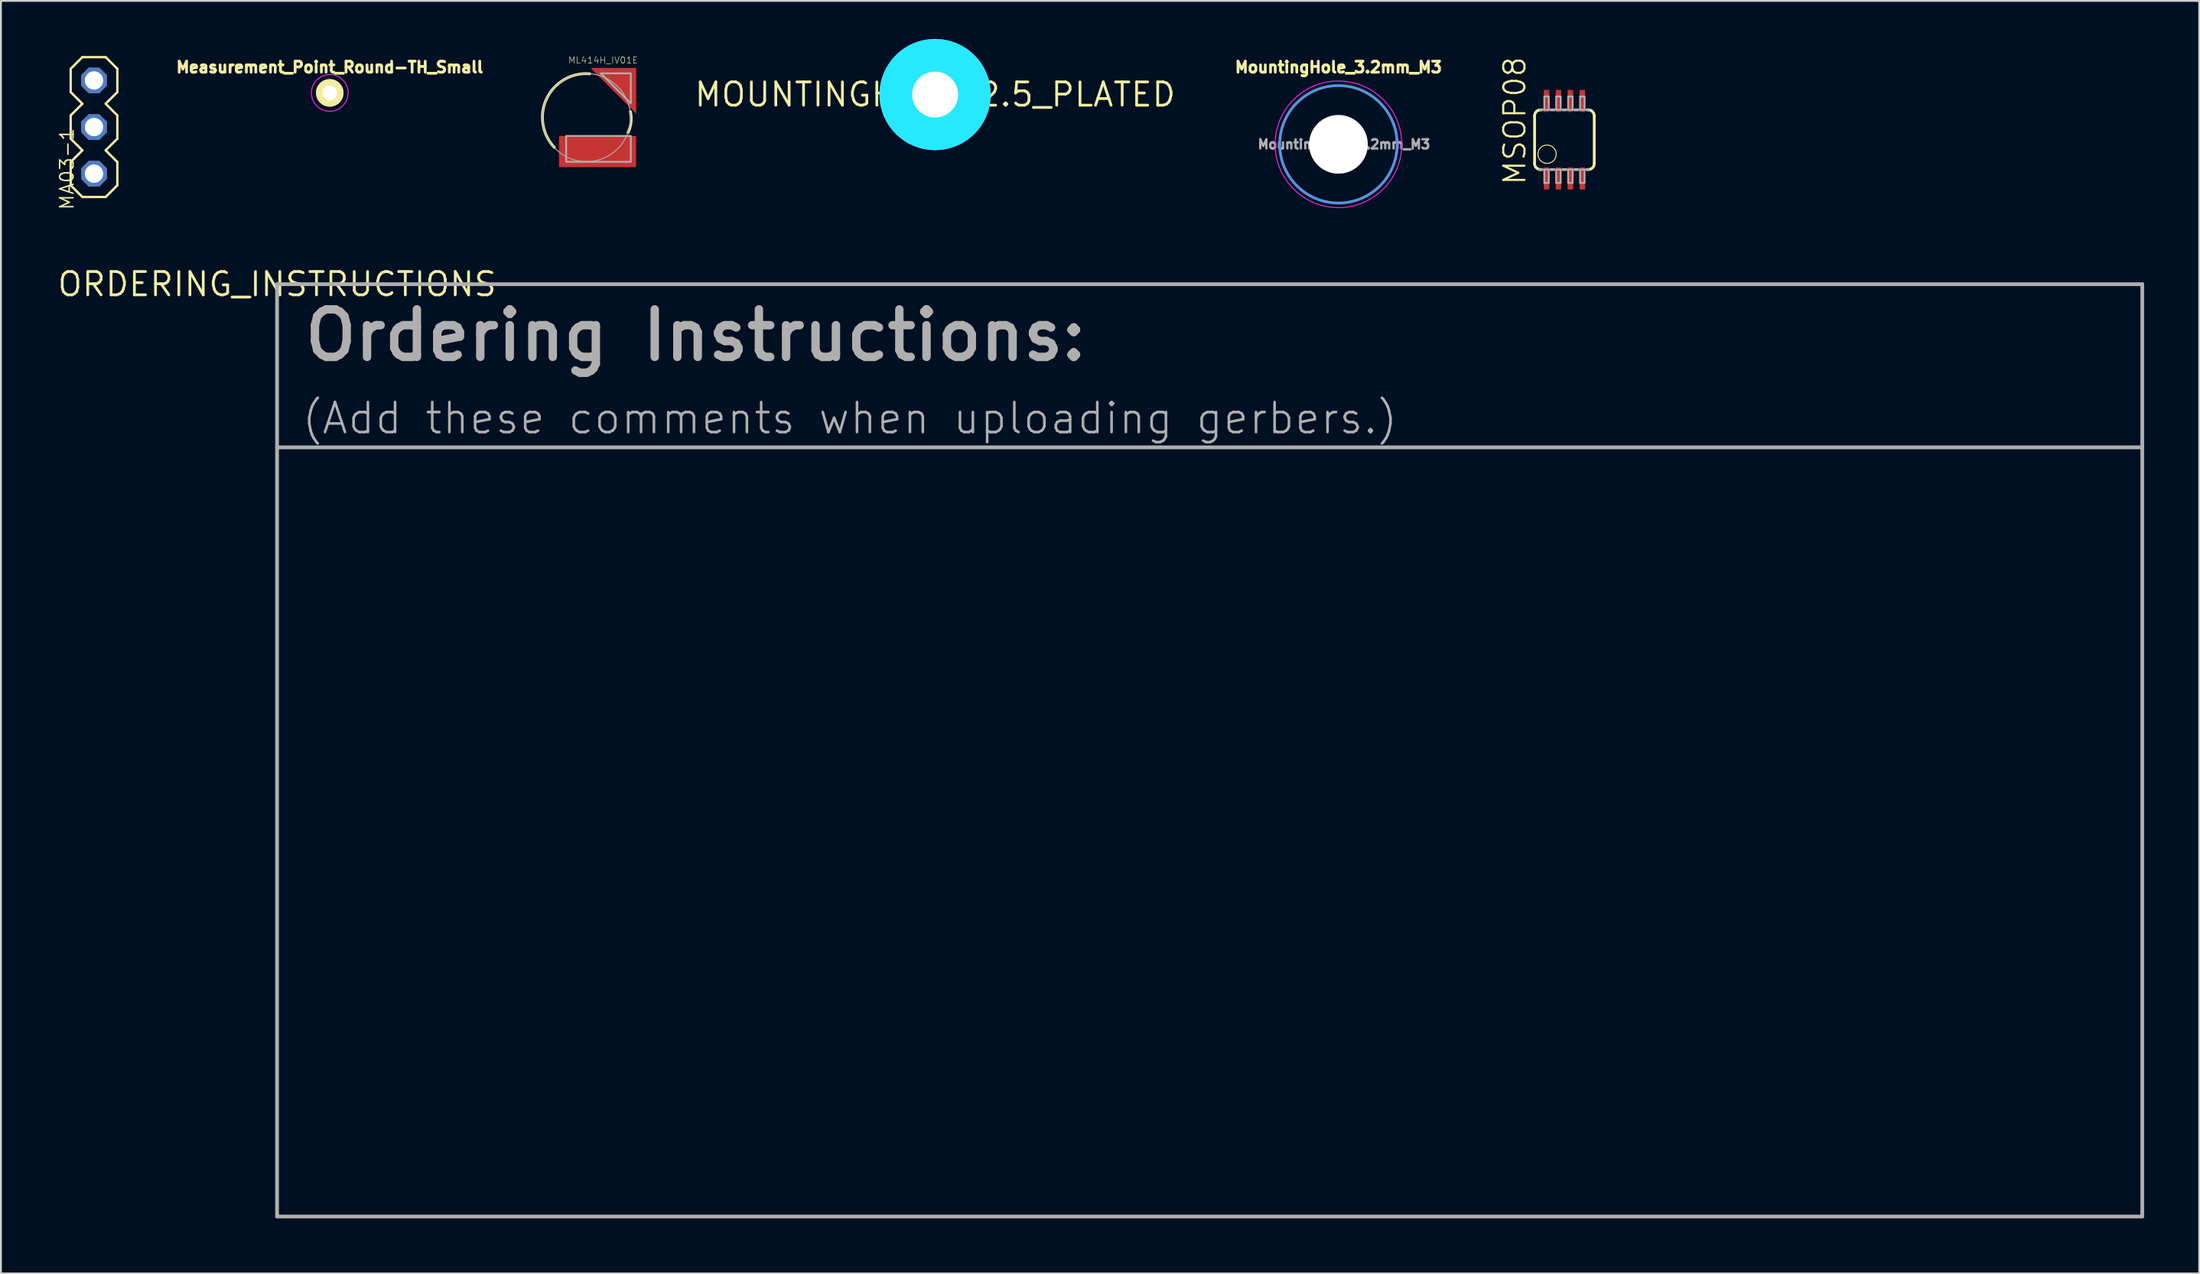
<source format=kicad_pcb>
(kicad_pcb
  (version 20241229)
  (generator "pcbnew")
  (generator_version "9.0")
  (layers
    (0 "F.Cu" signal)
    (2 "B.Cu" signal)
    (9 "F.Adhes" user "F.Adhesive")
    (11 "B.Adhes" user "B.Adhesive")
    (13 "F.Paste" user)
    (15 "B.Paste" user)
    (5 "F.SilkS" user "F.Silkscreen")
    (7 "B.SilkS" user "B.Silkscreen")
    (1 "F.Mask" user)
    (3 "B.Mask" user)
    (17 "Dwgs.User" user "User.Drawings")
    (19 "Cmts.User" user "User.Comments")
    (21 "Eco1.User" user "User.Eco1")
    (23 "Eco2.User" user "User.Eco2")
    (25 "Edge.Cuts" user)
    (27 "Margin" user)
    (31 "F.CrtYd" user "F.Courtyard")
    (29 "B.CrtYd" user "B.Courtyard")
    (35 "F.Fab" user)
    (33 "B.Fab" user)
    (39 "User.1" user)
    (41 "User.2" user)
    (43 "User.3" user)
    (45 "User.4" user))
  (footprint "MSOP08"
    (layer "F.Cu")
    (at 82.167 4.561)
    (property "Reference" "MSOP08" (at -2.032 2.54 90) (layer "F.SilkS") (effects (font (size 1.156 1.156) (thickness 0.114)) (justify left bottom)))
    (fp_line (start -1.626 1.301) (end -1.626 -1.299) (stroke (width 0.152) (type solid)) (layer "F.SilkS"))
    (fp_line (start 1.624 -1.299) (end 1.624 1.301) (stroke (width 0.152) (type solid)) (layer "F.SilkS"))
    (fp_arc (start -1.626 -1.299) (mid -1.53081 -1.52881) (end -1.301 -1.624) (stroke (width 0.1524) (type solid)) (layer "F.SilkS"))
    (fp_arc (start -1.301 1.626) (mid -1.53081 1.53081) (end -1.626 1.301) (stroke (width 0.1524) (type solid)) (layer "F.SilkS"))
    (fp_arc (start 1.299 -1.624) (mid 1.52881 -1.52881) (end 1.624 -1.299) (stroke (width 0.1524) (type solid)) (layer "F.SilkS"))
    (fp_arc (start 1.624 1.301) (mid 1.52881 1.53081) (end 1.299 1.626) (stroke (width 0.1524) (type solid)) (layer "F.SilkS"))
    (fp_circle (center -0.946 0.791) (end -0.446 0.791) (stroke (width 0.051) (type solid)) (fill no) (layer "F.SilkS"))
    (fp_line (start -1.341 1.626) (end -1.204 1.626) (stroke (width 0.152) (type solid)) (layer "F.Fab"))
    (fp_line (start -1.301 -1.624) (end -1.204 -1.624) (stroke (width 0.152) (type solid)) (layer "F.Fab"))
    (fp_line (start -0.747 -1.624) (end -0.554 -1.624) (stroke (width 0.152) (type solid)) (layer "F.Fab"))
    (fp_line (start -0.747 1.626) (end -0.554 1.626) (stroke (width 0.152) (type solid)) (layer "F.Fab"))
    (fp_line (start -0.097 -1.624) (end 0.096 -1.624) (stroke (width 0.152) (type solid)) (layer "F.Fab"))
    (fp_line (start -0.097 1.626) (end 0.096 1.626) (stroke (width 0.152) (type solid)) (layer "F.Fab"))
    (fp_line (start 0.553 -1.624) (end 0.746 -1.624) (stroke (width 0.152) (type solid)) (layer "F.Fab"))
    (fp_line (start 0.553 1.626) (end 0.746 1.626) (stroke (width 0.152) (type solid)) (layer "F.Fab"))
    (fp_line (start 1.203 -1.624) (end 1.299 -1.624) (stroke (width 0.152) (type solid)) (layer "F.Fab"))
    (fp_line (start 1.203 1.626) (end 1.299 1.626) (stroke (width 0.152) (type solid)) (layer "F.Fab"))
    (fp_poly (pts (xy -1.097 -1.624) (xy -0.854 -1.624) (xy -0.854 -2.356) (xy -1.097 -2.356)) (stroke (width 0.1) (type default)) (fill no) (layer "F.Fab"))
    (fp_poly (pts (xy -1.097 2.357) (xy -0.854 2.357) (xy -0.854 1.626) (xy -1.097 1.626)) (stroke (width 0.1) (type default)) (fill no) (layer "F.Fab"))
    (fp_poly (pts (xy -0.448 -1.624) (xy -0.204 -1.624) (xy -0.204 -2.356) (xy -0.448 -2.356)) (stroke (width 0.1) (type default)) (fill no) (layer "F.Fab"))
    (fp_poly (pts (xy -0.448 2.357) (xy -0.204 2.357) (xy -0.204 1.626) (xy -0.448 1.626)) (stroke (width 0.1) (type default)) (fill no) (layer "F.Fab"))
    (fp_poly (pts (xy 0.203 -1.624) (xy 0.446 -1.624) (xy 0.446 -2.356) (xy 0.203 -2.356)) (stroke (width 0.1) (type default)) (fill no) (layer "F.Fab"))
    (fp_poly (pts (xy 0.203 2.357) (xy 0.446 2.357) (xy 0.446 1.626) (xy 0.203 1.626)) (stroke (width 0.1) (type default)) (fill no) (layer "F.Fab"))
    (fp_poly (pts (xy 0.853 -1.624) (xy 1.096 -1.624) (xy 1.096 -2.356) (xy 0.853 -2.356)) (stroke (width 0.1) (type default)) (fill no) (layer "F.Fab"))
    (fp_poly (pts (xy 0.853 2.357) (xy 1.096 2.357) (xy 1.096 1.626) (xy 0.853 1.626)) (stroke (width 0.1) (type default)) (fill no) (layer "F.Fab"))
    (pad "1" smd rect (at -0.976 2.113) (size 0.3 1.2) (layers "F.Cu" "F.Mask" "F.Paste"))
    (pad "2" smd rect (at -0.326 2.113) (size 0.3 1.2) (layers "F.Cu" "F.Mask" "F.Paste"))
    (pad "3" smd rect (at 0.324 2.113) (size 0.3 1.2) (layers "F.Cu" "F.Mask" "F.Paste"))
    (pad "4" smd rect (at 0.974 2.113) (size 0.3 1.2) (layers "F.Cu" "F.Mask" "F.Paste"))
    (pad "5" smd rect (at 0.974 -2.112) (size 0.3 1.2) (layers "F.Cu" "F.Mask" "F.Paste"))
    (pad "6" smd rect (at 0.324 -2.112) (size 0.3 1.2) (layers "F.Cu" "F.Mask" "F.Paste"))
    (pad "7" smd rect (at -0.326 -2.112) (size 0.3 1.2) (layers "F.Cu" "F.Mask" "F.Paste"))
    (pad "8" smd rect (at -0.976 -2.112) (size 0.3 1.2) (layers "F.Cu" "F.Mask" "F.Paste")))
  (footprint "ML414H_IV01E"
    (layer "F.Cu")
    (at 28.9 3.358)
    (property "Reference" "ML414H_IV01E" (at -1.016 -2.921 0) (layer "F.SilkS") (effects (font (size 0.353 0.353) (thickness 0.028)) (justify left bottom)))
    (fp_poly (pts (xy 2.705 -0.22) (xy 0.22 -2.705) (xy 2.705 -2.705)) (stroke (width 0) (type default)) (fill yes) (layer "F.Cu"))
    (fp_poly (pts (xy 2.705 -0.22) (xy 0.22 -2.705) (xy 2.705 -2.705)) (stroke (width 0) (type default)) (fill yes) (layer "F.Mask"))
    (fp_poly (pts (xy -1.5 2.7) (xy 2.7 2.7) (xy 2.7 1) (xy -1.5 1)) (stroke (width 0) (type default)) (fill yes) (layer "F.Mask"))
    (fp_arc (start -1.752599 1.625602) (mid -2.167967 -1.045069) (end 0.1778 -2.3876) (stroke (width 0.1524) (type solid)) (layer "F.SilkS"))
    (fp_arc (start 2.3876 -0.3302) (mid 2.42159 0.252132) (end 2.260599 0.8128) (stroke (width 0.1524) (type solid)) (layer "F.SilkS"))
    (fp_poly (pts (xy 2.705 -0.22) (xy 0.22 -2.705) (xy 2.705 -2.705)) (stroke (width 0) (type default)) (fill yes) (layer "F.Paste"))
    (fp_poly (pts (xy -1.5 2.7) (xy 2.7 2.7) (xy 2.7 1) (xy -1.5 1)) (stroke (width 0) (type default)) (fill yes) (layer "F.Paste"))
    (fp_circle (center 0 0) (end 2.4 0) (stroke (width 0.051) (type solid)) (fill no) (layer "F.Fab"))
    (fp_poly (pts (xy 2.41 -0.776) (xy 0.776 -2.41) (xy 2.41 -2.41)) (stroke (width 0.1) (type default)) (fill no) (layer "F.Fab"))
    (fp_poly (pts (xy 2.41 2.41) (xy -1.11 2.41) (xy -1.11 1) (xy 2.41 1)) (stroke (width 0.1) (type default)) (fill no) (layer "F.Fab"))
    (pad "+" smd roundrect (at 2.022 -2.032) (size 1 1) (layers "F.Cu") (roundrect_rratio 0.051))
    (pad "-" smd roundrect (at 0.6 1.85) (size 4.2 1.7) (layers "F.Cu") (roundrect_rratio 0.03)))
  (footprint "MountingHole_3.2mm_M3"
    (layer "F.Cu")
    (at 69.857 4.814)
    (property "Reference" "MountingHole_3.2mm_M3" (at 0 -4.2 0) (layer "F.SilkS") (effects (font (size 0.6 0.6) (thickness 0.15))))
    (attr exclude_from_pos_files exclude_from_bom)
    (fp_circle (center 0 0) (end 3.2 0) (stroke (width 0.15) (type solid)) (fill no) (layer "Cmts.User"))
    (fp_circle (center 0 0) (end 3.45 0) (stroke (width 0.05) (type solid)) (fill no) (layer "F.CrtYd"))
    (fp_text user "${REFERENCE}" (at 0.3 0 0) (layer "F.Fab") (effects (font (size 0.5 0.5) (thickness 0.125))))
    (pad "" np_thru_hole circle (at 0 0) (size 3.2 3.2) (drill 3.2) (layers "*.Cu" "*.Mask")))
  (footprint "MA03-1"
    (layer "F.Cu")
    (at 2.071 3.873)
    (property "Reference" "MA03-1" (at -1.905 0 90) (layer "F.SilkS") (effects (font (size 0.732 0.732) (thickness 0.081)) (justify right top)))
    (fp_line (start -1.27 -1.905) (end -1.27 -3.175) (stroke (width 0.127) (type solid)) (layer "F.SilkS"))
    (fp_line (start -1.27 -0.635) (end -0.635 -1.27) (stroke (width 0.127) (type solid)) (layer "F.SilkS"))
    (fp_line (start -1.27 0.635) (end -1.27 -0.635) (stroke (width 0.127) (type solid)) (layer "F.SilkS"))
    (fp_line (start -1.27 1.905) (end -0.635 1.27) (stroke (width 0.127) (type solid)) (layer "F.SilkS"))
    (fp_line (start -1.27 3.175) (end -1.27 1.905) (stroke (width 0.127) (type solid)) (layer "F.SilkS"))
    (fp_line (start -0.635 -3.81) (end -1.27 -3.175) (stroke (width 0.127) (type solid)) (layer "F.SilkS"))
    (fp_line (start -0.635 -1.27) (end -1.27 -1.905) (stroke (width 0.127) (type solid)) (layer "F.SilkS"))
    (fp_line (start -0.635 1.27) (end -1.27 0.635) (stroke (width 0.127) (type solid)) (layer "F.SilkS"))
    (fp_line (start -0.635 3.81) (end -1.27 3.175) (stroke (width 0.127) (type solid)) (layer "F.SilkS"))
    (fp_line (start 0.635 -3.81) (end -0.635 -3.81) (stroke (width 0.127) (type solid)) (layer "F.SilkS"))
    (fp_line (start 0.635 -1.27) (end 1.27 -0.635) (stroke (width 0.127) (type solid)) (layer "F.SilkS"))
    (fp_line (start 0.635 1.27) (end 1.27 1.905) (stroke (width 0.127) (type solid)) (layer "F.SilkS"))
    (fp_line (start 0.635 3.81) (end -0.635 3.81) (stroke (width 0.127) (type solid)) (layer "F.SilkS"))
    (fp_line (start 1.27 -3.175) (end 0.635 -3.81) (stroke (width 0.127) (type solid)) (layer "F.SilkS"))
    (fp_line (start 1.27 -3.175) (end 1.27 -1.905) (stroke (width 0.127) (type solid)) (layer "F.SilkS"))
    (fp_line (start 1.27 -1.905) (end 0.635 -1.27) (stroke (width 0.127) (type solid)) (layer "F.SilkS"))
    (fp_line (start 1.27 -0.635) (end 1.27 0.635) (stroke (width 0.127) (type solid)) (layer "F.SilkS"))
    (fp_line (start 1.27 0.635) (end 0.635 1.27) (stroke (width 0.127) (type solid)) (layer "F.SilkS"))
    (fp_line (start 1.27 1.905) (end 1.27 3.175) (stroke (width 0.127) (type solid)) (layer "F.SilkS"))
    (fp_line (start 1.27 3.175) (end 0.635 3.81) (stroke (width 0.127) (type solid)) (layer "F.SilkS"))
    (pad "1" thru_hole roundrect (at 0 -2.54) (size 1.4 1.4) (drill 1) (layers "*.Cu" "*.Mask") (roundrect_rratio 0.25) (chamfer_ratio 0.293) (chamfer top_left top_right bottom_left bottom_right))
    (pad "2" thru_hole roundrect (at 0 0) (size 1.4 1.4) (drill 1) (layers "*.Cu" "*.Mask") (roundrect_rratio 0.25) (chamfer_ratio 0.293) (chamfer top_left top_right bottom_left bottom_right))
    (pad "3" thru_hole roundrect (at 0 2.54) (size 1.4 1.4) (drill 1) (layers "*.Cu" "*.Mask") (roundrect_rratio 0.25) (chamfer_ratio 0.293) (chamfer top_left top_right bottom_left bottom_right)))
  (footprint "Measurement_Point_Round-TH_Small"
    (layer "F.Cu")
    (at 14.912 2.011)
    (property "Reference" "Measurement_Point_Round-TH_Small" (at 0 -1.397 0) (layer "F.SilkS") (effects (font (size 0.6 0.6) (thickness 0.15))))
    (attr exclude_from_pos_files exclude_from_bom)
    (fp_circle (center 0 0) (end 1 0) (stroke (width 0.05) (type solid)) (fill no) (layer "F.CrtYd"))
    (pad "1" thru_hole circle (at 0 0) (size 1.5 1.5) (drill 0.8) (layers "*.Cu" "*.Mask" "F.SilkS")))
  (footprint "ORDERING_INSTRUCTIONS"
    (layer "F.Cu")
    (at 12.042 12.436)
    (property "Reference" "ORDERING_INSTRUCTIONS" (at 0 0 0) (layer "F.SilkS") (effects (font (size 1.27 1.27) (thickness 0.15))))
    (fp_line (start 0 0) (end 101.6 0) (stroke (width 0.203) (type solid)) (layer "F.Fab"))
    (fp_line (start 0 8.89) (end 0 0) (stroke (width 0.203) (type solid)) (layer "F.Fab"))
    (fp_line (start 0 8.89) (end 101.6 8.89) (stroke (width 0.203) (type solid)) (layer "F.Fab"))
    (fp_line (start 0 50.8) (end 0 8.89) (stroke (width 0.203) (type solid)) (layer "F.Fab"))
    (fp_line (start 101.6 0) (end 101.6 8.89) (stroke (width 0.203) (type solid)) (layer "F.Fab"))
    (fp_line (start 101.6 8.89) (end 101.6 50.8) (stroke (width 0.203) (type solid)) (layer "F.Fab"))
    (fp_line (start 101.6 50.8) (end 0 50.8) (stroke (width 0.203) (type solid)) (layer "F.Fab"))
    (fp_text user "(Add these comments when uploading gerbers.)" (at 1.27 6.35 0) (layer "F.Fab") (effects (font (size 1.636 1.636) (thickness 0.142)) (justify left top)))
    (fp_text user "Ordering Instructions:" (at 1.27 1.27 0) (layer "F.Fab") (effects (font (size 2.591 2.591) (thickness 0.457)) (justify left top))))
  (footprint "MOUNTINGHOLE_2.5_PLATED"
    (layer "F.Cu")
    (at 47.887 2.102)
    (property "Reference" "MOUNTINGHOLE_2.5_PLATED" (at 0 0 0) (layer "F.SilkS") (effects (font (size 1.27 1.27) (thickness 0.15))))
    (fp_circle (center 0 0) (end 2 0) (stroke (width 0.203) (type solid)) (fill no) (layer "F.SilkS"))
    (fp_circle (center 0 0) (end 1 0) (stroke (width 2.032) (type solid)) (fill no) (layer "B.CrtYd"))
    (fp_circle (center 0 0) (end 1 0) (stroke (width 2.032) (type solid)) (fill no) (layer "F.CrtYd"))
    (pad "P$1" thru_hole circle (at 0 0) (size 3.2 3.2) (drill 2.5) (layers "*.Cu" "*.Mask"))
    (zone (net_name "") (layer "F.Cu") (hatch edge 0.5) (connect_pads) (min_thickness 0.25) (filled_areas_thickness no) (keepout (tracks not_allowed) (vias not_allowed) (pads not_allowed) (copperpour not_allowed) (footprints allowed)) (placement (enabled no)) (fill) (polygon (pts (xy 49.903 2.102) (xy 49.883 1.821) (xy 49.825 1.546) (xy 49.729 1.282) (xy 49.597 1.033) (xy 49.431 0.806) (xy 49.236 0.603) (xy 49.014 0.43) (xy 48.771 0.29) (xy 48.51 0.184) (xy 48.237 0.116) (xy 47.957 0.087) (xy 47.676 0.097) (xy 47.399 0.145) (xy 47.132 0.232) (xy 46.879 0.356) (xy 46.646 0.513) (xy 46.437 0.701) (xy 46.256 0.917) (xy 46.107 1.155) (xy 45.993 1.412) (xy 45.915 1.682) (xy 45.876 1.961) (xy 45.876 2.242) (xy 45.915 2.521) (xy 45.993 2.791) (xy 46.107 3.048) (xy 46.256 3.287) (xy 46.437 3.502) (xy 46.646 3.69) (xy 46.879 3.848) (xy 47.132 3.971) (xy 47.399 4.058) (xy 47.676 4.107) (xy 47.957 4.116) (xy 48.237 4.087) (xy 48.51 4.019) (xy 48.771 3.914) (xy 49.014 3.773) (xy 49.236 3.6) (xy 49.431 3.397) (xy 49.597 3.17) (xy 49.729 2.922) (xy 49.825 2.657) (xy 49.883 2.382))) (polygon (pts (xy 47.871 2.102) (xy 47.876 2.113) (xy 47.887 2.118) (xy 47.898 2.113) (xy 47.903 2.102) (xy 47.898 2.09) (xy 47.887 2.086) (xy 47.876 2.09))))
    (zone (net_name "") (layer "B.Cu") (hatch edge 0.5) (connect_pads) (min_thickness 0.25) (filled_areas_thickness no) (keepout (tracks not_allowed) (vias not_allowed) (pads not_allowed) (copperpour not_allowed) (footprints allowed)) (placement (enabled no)) (fill) (polygon (pts (xy 49.903 2.102) (xy 49.883 1.821) (xy 49.825 1.546) (xy 49.729 1.282) (xy 49.597 1.033) (xy 49.431 0.806) (xy 49.236 0.603) (xy 49.014 0.43) (xy 48.771 0.29) (xy 48.51 0.184) (xy 48.237 0.116) (xy 47.957 0.087) (xy 47.676 0.097) (xy 47.399 0.145) (xy 47.132 0.232) (xy 46.879 0.356) (xy 46.646 0.513) (xy 46.437 0.701) (xy 46.256 0.917) (xy 46.107 1.155) (xy 45.993 1.412) (xy 45.915 1.682) (xy 45.876 1.961) (xy 45.876 2.242) (xy 45.915 2.521) (xy 45.993 2.791) (xy 46.107 3.048) (xy 46.256 3.287) (xy 46.437 3.502) (xy 46.646 3.69) (xy 46.879 3.848) (xy 47.132 3.971) (xy 47.399 4.058) (xy 47.676 4.107) (xy 47.957 4.116) (xy 48.237 4.087) (xy 48.51 4.019) (xy 48.771 3.914) (xy 49.014 3.773) (xy 49.236 3.6) (xy 49.431 3.397) (xy 49.597 3.17) (xy 49.729 2.922) (xy 49.825 2.657) (xy 49.883 2.382))) (polygon (pts (xy 47.871 2.102) (xy 47.876 2.113) (xy 47.887 2.118) (xy 47.898 2.113) (xy 47.903 2.102) (xy 47.898 2.09) (xy 47.887 2.086) (xy 47.876 2.09)))))
  (gr_rect
    (start -3 -3)
    (end 116.744 66.338)
    (stroke (width 0.1) (type default))
    (fill no)
    (layer "Edge.Cuts")))
</source>
